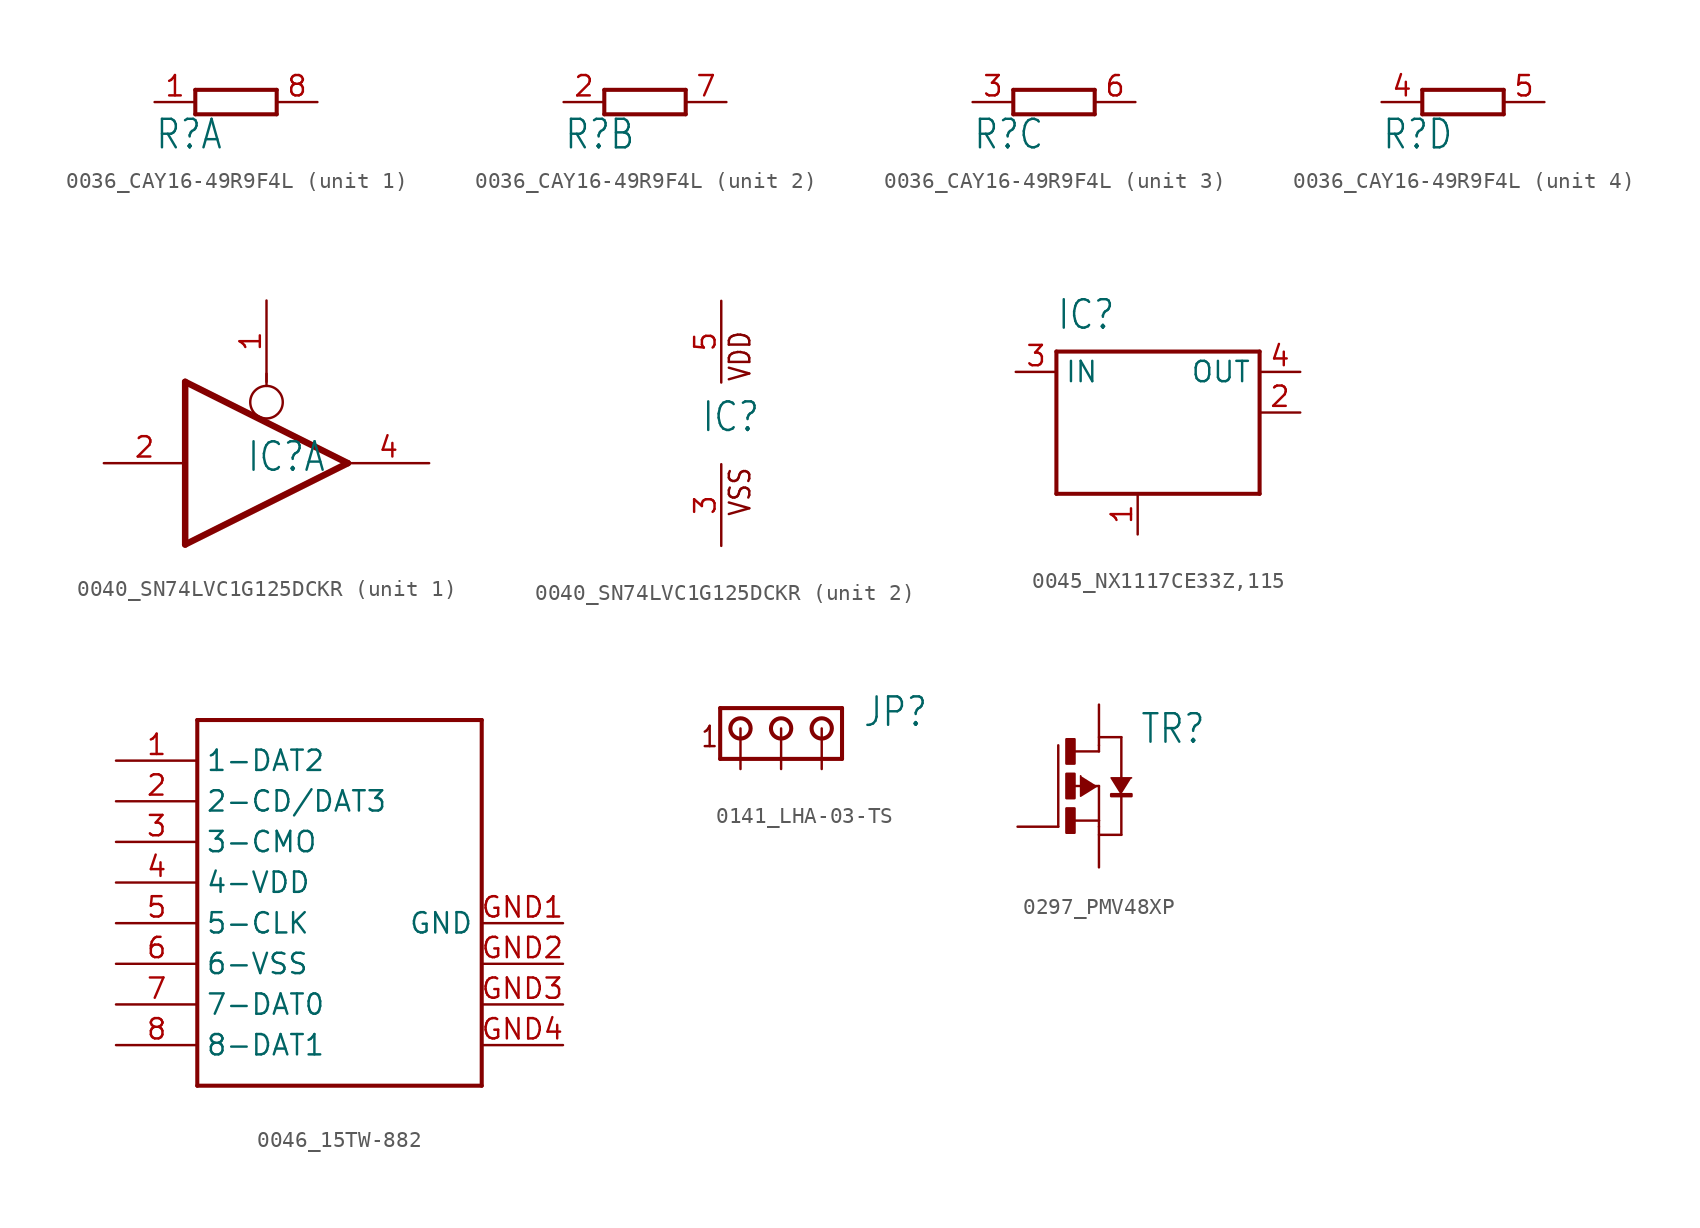
<source format=kicad_sym>
(kicad_symbol_lib
  (version 20220914)
  (generator kicad_symbol_editor)
  (symbol "0036_CAY16-49R9F4L"
    (property "Reference" "R"
      (at -5.08 -3.048 0)
      (effects (font (size 1.778 1.511)) (justify left bottom)))
    (property "Value" ""
      (at 2.54 -3.048 0)
      (effects (font (size 1.778 1.511)) (justify left bottom)))
    (property "ki_locked" ""
      (at 0 0 0)
      (effects (font (size 1.27 1.27))))
    (symbol "0036_CAY16-49R9F4L_1_0"
      (polyline (pts (xy -2.54 -0.762) (xy 2.54 -0.762)) (stroke (width 0.254) (type solid)) (fill (type none)))
      (polyline (pts (xy -2.54 0.762) (xy -2.54 -0.762)) (stroke (width 0.254) (type solid)) (fill (type none)))
      (polyline (pts (xy 2.54 -0.762) (xy 2.54 0.762)) (stroke (width 0.254) (type solid)) (fill (type none)))
      (polyline (pts (xy 2.54 0.762) (xy -2.54 0.762)) (stroke (width 0.254) (type solid)) (fill (type none)))
      (pin passive line (at -5.08 0 0) (length 2.54) (name "1" (effects (font (size 0 0)))) (number "1" (effects (font (size 1.27 1.27)))))
      (pin passive line (at 5.08 0 180) (length 2.54) (name "2" (effects (font (size 0 0)))) (number "8" (effects (font (size 1.27 1.27))))))
    (symbol "0036_CAY16-49R9F4L_2_0"
      (polyline (pts (xy -2.54 -0.762) (xy 2.54 -0.762)) (stroke (width 0.254) (type solid)) (fill (type none)))
      (polyline (pts (xy -2.54 0.762) (xy -2.54 -0.762)) (stroke (width 0.254) (type solid)) (fill (type none)))
      (polyline (pts (xy 2.54 -0.762) (xy 2.54 0.762)) (stroke (width 0.254) (type solid)) (fill (type none)))
      (polyline (pts (xy 2.54 0.762) (xy -2.54 0.762)) (stroke (width 0.254) (type solid)) (fill (type none)))
      (pin passive line (at -5.08 0 0) (length 2.54) (name "1" (effects (font (size 0 0)))) (number "2" (effects (font (size 1.27 1.27)))))
      (pin passive line (at 5.08 0 180) (length 2.54) (name "2" (effects (font (size 0 0)))) (number "7" (effects (font (size 1.27 1.27))))))
    (symbol "0036_CAY16-49R9F4L_3_0"
      (polyline (pts (xy -2.54 -0.762) (xy 2.54 -0.762)) (stroke (width 0.254) (type solid)) (fill (type none)))
      (polyline (pts (xy -2.54 0.762) (xy -2.54 -0.762)) (stroke (width 0.254) (type solid)) (fill (type none)))
      (polyline (pts (xy 2.54 -0.762) (xy 2.54 0.762)) (stroke (width 0.254) (type solid)) (fill (type none)))
      (polyline (pts (xy 2.54 0.762) (xy -2.54 0.762)) (stroke (width 0.254) (type solid)) (fill (type none)))
      (pin passive line (at -5.08 0 0) (length 2.54) (name "1" (effects (font (size 0 0)))) (number "3" (effects (font (size 1.27 1.27)))))
      (pin passive line (at 5.08 0 180) (length 2.54) (name "2" (effects (font (size 0 0)))) (number "6" (effects (font (size 1.27 1.27))))))
    (symbol "0036_CAY16-49R9F4L_4_0"
      (polyline (pts (xy -2.54 -0.762) (xy 2.54 -0.762)) (stroke (width 0.254) (type solid)) (fill (type none)))
      (polyline (pts (xy -2.54 0.762) (xy -2.54 -0.762)) (stroke (width 0.254) (type solid)) (fill (type none)))
      (polyline (pts (xy 2.54 -0.762) (xy 2.54 0.762)) (stroke (width 0.254) (type solid)) (fill (type none)))
      (polyline (pts (xy 2.54 0.762) (xy -2.54 0.762)) (stroke (width 0.254) (type solid)) (fill (type none)))
      (pin passive line (at -5.08 0 0) (length 2.54) (name "1" (effects (font (size 0 0)))) (number "4" (effects (font (size 1.27 1.27)))))
      (pin passive line (at 5.08 0 180) (length 2.54) (name "2" (effects (font (size 0 0)))) (number "5" (effects (font (size 1.27 1.27)))))))
  (symbol "0040_SN74LVC1G125DCKR"
    (property "Reference" "IC"
      (at -1.27 -0.635 0)
      (effects (font (size 1.778 1.511)) (justify left bottom)))
    (property "ki_locked" ""
      (at 0 0 0)
      (effects (font (size 1.27 1.27))))
    (symbol "0040_SN74LVC1G125DCKR_1_0"
      (polyline (pts (xy -5.08 -5.08) (xy -5.08 5.08)) (stroke (width 0.406) (type solid)) (fill (type none)))
      (polyline (pts (xy 0 4.826) (xy 0 5.588)) (stroke (width 0.152) (type solid)) (fill (type none)))
      (polyline (pts (xy 5.08 0) (xy -5.08 -5.08)) (stroke (width 0.406) (type solid)) (fill (type none)))
      (polyline (pts (xy 5.08 0) (xy -5.08 5.08)) (stroke (width 0.406) (type solid)) (fill (type none)))
      (circle (center 0 3.81) (radius 1.016) (stroke (width 0.152) (type solid)) (fill (type none)))
      (pin input line (at 0 10.16 270) (length 5.08) (name "OE" (effects (font (size 0 0)))) (number "1" (effects (font (size 1.27 1.27)))))
      (pin input line (at -10.16 0 0) (length 5.08) (name "I" (effects (font (size 0 0)))) (number "2" (effects (font (size 1.27 1.27)))))
      (pin tri_state line (at 10.16 0 180) (length 5.08) (name "O" (effects (font (size 0 0)))) (number "4" (effects (font (size 1.27 1.27))))))
    (symbol "0040_SN74LVC1G125DCKR_2_0"
      (text "VDD" (at 1.905 2.54 900) (effects (font (size 1.27 1.079)) (justify left bottom)))
      (text "VSS" (at 1.905 -5.842 900) (effects (font (size 1.27 1.079)) (justify left bottom)))
      (pin power_in line (at 0 -7.62 90) (length 5.08) (name "VSS" (effects (font (size 0 0)))) (number "3" (effects (font (size 1.27 1.27)))))
      (pin power_in line (at 0 7.62 270) (length 5.08) (name "VDD" (effects (font (size 0 0)))) (number "5" (effects (font (size 1.27 1.27)))))))
  (symbol "0045_NX1117CE33Z,115"
    (property "Reference" "IC"
      (at -5.08 7.62 0)
      (effects (font (size 1.778 1.511)) (justify left bottom)))
    (property "Value" ""
      (at 3.81 -5.08 0)
      (effects (font (size 1.778 1.511)) (justify left bottom)))
    (property "ki_locked" ""
      (at 0 0 0)
      (effects (font (size 1.27 1.27))))
    (symbol "0045_NX1117CE33Z,115_1_0"
      (polyline (pts (xy -5.08 -2.54) (xy -5.08 6.35)) (stroke (width 0.254) (type solid)) (fill (type none)))
      (polyline (pts (xy -5.08 6.35) (xy 7.62 6.35)) (stroke (width 0.254) (type solid)) (fill (type none)))
      (polyline (pts (xy 7.62 -2.54) (xy -5.08 -2.54)) (stroke (width 0.254) (type solid)) (fill (type none)))
      (polyline (pts (xy 7.62 6.35) (xy 7.62 -2.54)) (stroke (width 0.254) (type solid)) (fill (type none)))
      (pin input line (at 0 -5.08 90) (length 2.54) (name "GND/ADJ" (effects (font (size 0 0)))) (number "1" (effects (font (size 1.27 1.27)))))
      (pin passive line (at 10.16 2.54 180) (length 2.54) (name "OUT@1" (effects (font (size 0 0)))) (number "2" (effects (font (size 1.27 1.27)))))
      (pin input line (at -7.62 5.08 0) (length 2.54) (name "IN" (effects (font (size 1.27 1.27)))) (number "3" (effects (font (size 1.27 1.27)))))
      (pin passive line (at 10.16 5.08 180) (length 2.54) (name "OUT" (effects (font (size 1.27 1.27)))) (number "4" (effects (font (size 1.27 1.27)))))))
  (symbol "0046_15TW-882"
    (property "Reference" "SD"
      (at 0 0 0)
      (effects (font (size 1.27 1.27)) hide))
    (property "ki_locked" ""
      (at 0 0 0)
      (effects (font (size 1.27 1.27))))
    (symbol "0046_15TW-882_1_0"
      (polyline (pts (xy -7.62 -10.16) (xy 10.16 -10.16)) (stroke (width 0.254) (type solid)) (fill (type none)))
      (polyline (pts (xy -7.62 12.7) (xy -7.62 -10.16)) (stroke (width 0.254) (type solid)) (fill (type none)))
      (polyline (pts (xy 10.16 -10.16) (xy 10.16 12.7)) (stroke (width 0.254) (type solid)) (fill (type none)))
      (polyline (pts (xy 10.16 12.7) (xy -7.62 12.7)) (stroke (width 0.254) (type solid)) (fill (type none)))
      (pin bidirectional line (at -12.7 10.16 0) (length 5.08) (name "1-DAT2" (effects (font (size 1.27 1.27)))) (number "1" (effects (font (size 1.27 1.27)))))
      (pin bidirectional line (at -12.7 7.62 0) (length 5.08) (name "2-CD/DAT3" (effects (font (size 1.27 1.27)))) (number "2" (effects (font (size 1.27 1.27)))))
      (pin bidirectional line (at -12.7 5.08 0) (length 5.08) (name "3-CMO" (effects (font (size 1.27 1.27)))) (number "3" (effects (font (size 1.27 1.27)))))
      (pin bidirectional line (at -12.7 2.54 0) (length 5.08) (name "4-VDD" (effects (font (size 1.27 1.27)))) (number "4" (effects (font (size 1.27 1.27)))))
      (pin bidirectional line (at -12.7 0 0) (length 5.08) (name "5-CLK" (effects (font (size 1.27 1.27)))) (number "5" (effects (font (size 1.27 1.27)))))
      (pin bidirectional line (at -12.7 -2.54 0) (length 5.08) (name "6-VSS" (effects (font (size 1.27 1.27)))) (number "6" (effects (font (size 1.27 1.27)))))
      (pin bidirectional line (at -12.7 -5.08 0) (length 5.08) (name "7-DAT0" (effects (font (size 1.27 1.27)))) (number "7" (effects (font (size 1.27 1.27)))))
      (pin bidirectional line (at -12.7 -7.62 0) (length 5.08) (name "8-DAT1" (effects (font (size 1.27 1.27)))) (number "8" (effects (font (size 1.27 1.27)))))
      (pin power_in line (at 15.24 0 180) (length 5.08) (name "GND" (effects (font (size 1.27 1.27)))) (number "GND1" (effects (font (size 1.27 1.27)))))
      (pin power_in line (at 15.24 -2.54 180) (length 5.08) (name "GND1" (effects (font (size 0 0)))) (number "GND2" (effects (font (size 1.27 1.27)))))
      (pin power_in line (at 15.24 -5.08 180) (length 5.08) (name "GND2" (effects (font (size 0 0)))) (number "GND3" (effects (font (size 1.27 1.27)))))
      (pin power_in line (at 15.24 -7.62 180) (length 5.08) (name "GND3" (effects (font (size 0 0)))) (number "GND4" (effects (font (size 1.27 1.27)))))))
  (symbol "0141_LHA-03-TS"
    (property "Reference" "JP"
      (at 5.08 0 0)
      (effects (font (size 1.778 1.511)) (justify left bottom)))
    (property "Value" ""
      (at 5.08 -3.81 0)
      (effects (font (size 1.778 1.511)) (justify left bottom)))
    (property "ki_locked" ""
      (at 0 0 0)
      (effects (font (size 1.27 1.27))))
    (symbol "0141_LHA-03-TS_1_0"
      (circle (center -2.54 0) (radius 0.635) (stroke (width 0.254) (type solid)) (fill (type none)))
      (polyline (pts (xy -3.81 1.27) (xy -3.81 -1.905)) (stroke (width 0.254) (type solid)) (fill (type none)))
      (polyline (pts (xy -3.81 1.27) (xy 3.81 1.27)) (stroke (width 0.254) (type solid)) (fill (type none)))
      (polyline (pts (xy 3.81 -1.905) (xy -3.81 -1.905)) (stroke (width 0.254) (type solid)) (fill (type none)))
      (polyline (pts (xy 3.81 -1.905) (xy 3.81 1.27)) (stroke (width 0.254) (type solid)) (fill (type none)))
      (circle (center 0 0) (radius 0.635) (stroke (width 0.254) (type solid)) (fill (type none)))
      (circle (center 2.54 0) (radius 0.635) (stroke (width 0.254) (type solid)) (fill (type none)))
      (text "1" (at -5.08 -1.27 0) (effects (font (size 1.27 1.079)) (justify left bottom)))
      (pin passive line (at -2.54 -2.54 90) (length 2.54) (name "1" (effects (font (size 0 0)))) (number "1" (effects (font (size 0 0)))))
      (pin passive line (at 0 -2.54 90) (length 2.54) (name "2" (effects (font (size 0 0)))) (number "2" (effects (font (size 0 0)))))
      (pin passive line (at 2.54 -2.54 90) (length 2.54) (name "3" (effects (font (size 0 0)))) (number "3" (effects (font (size 0 0)))))))
  (symbol "0297_PMV48XP"
    (property "Reference" "TR"
      (at 2.54 2.54 0)
      (effects (font (size 1.778 1.511)) (justify left bottom)))
    (property "Value" ""
      (at 2.54 0 0)
      (effects (font (size 1.778 1.511)) (justify left bottom)))
    (property "ki_locked" ""
      (at 0 0 0)
      (effects (font (size 1.27 1.27))))
    (symbol "0297_PMV48XP_1_0"
      (rectangle (start -2.032 -2.921) (end -1.524 -1.397) (stroke (width 0) (type default)) (fill (type outline)))
      (rectangle (start -2.032 -0.762) (end -1.524 0.762) (stroke (width 0) (type default)) (fill (type outline)))
      (rectangle (start -2.032 1.397) (end -1.524 2.921) (stroke (width 0) (type default)) (fill (type outline)))
      (polyline (pts (xy -2.54 -2.54) (xy -2.54 2.54)) (stroke (width 0.152) (type solid)) (fill (type none)))
      (polyline (pts (xy -1.651 0) (xy 0 0)) (stroke (width 0.152) (type solid)) (fill (type none)))
      (polyline (pts (xy -1.524 -2.159) (xy 0 -2.159)) (stroke (width 0.152) (type solid)) (fill (type none)))
      (polyline (pts (xy -1.524 2.159) (xy 0 2.159)) (stroke (width 0.152) (type solid)) (fill (type none)))
      (polyline (pts (xy 0 -2.159) (xy 0 -2.54)) (stroke (width 0.152) (type solid)) (fill (type none)))
      (polyline (pts (xy 0 0) (xy 0 -2.159)) (stroke (width 0.152) (type solid)) (fill (type none)))
      (polyline (pts (xy 0 2.159) (xy 0 2.54)) (stroke (width 0.152) (type solid)) (fill (type none)))
      (polyline (pts (xy 0 3.048) (xy 1.397 3.048)) (stroke (width 0.152) (type solid)) (fill (type none)))
      (polyline (pts (xy 1.397 -3.048) (xy 0 -3.048)) (stroke (width 0.152) (type solid)) (fill (type none)))
      (polyline (pts (xy 1.397 -0.508) (xy 1.397 -3.048)) (stroke (width 0.152) (type solid)) (fill (type none)))
      (polyline (pts (xy 1.397 3.048) (xy 1.397 0.381)) (stroke (width 0.152) (type solid)) (fill (type none)))
      (polyline (pts (xy -0.127 0) (xy -1.143 -0.635) (xy -1.143 0.635)) (stroke (width 0.102) (type solid)) (fill (type outline)))
      (polyline (pts (xy 1.397 -0.508) (xy 0.762 0.508) (xy 2.032 0.508)) (stroke (width 0.102) (type solid)) (fill (type outline)))
      (rectangle (start 0.762 -0.635) (end 2.032 -0.508) (stroke (width 0) (type default)) (fill (type outline)))
      (pin passive line (at 0 5.08 270) (length 2.54) (name "D" (effects (font (size 0 0)))) (number "1" (effects (font (size 0 0)))))
      (pin passive line (at 0 -5.08 90) (length 2.54) (name "S" (effects (font (size 0 0)))) (number "2" (effects (font (size 0 0)))))
      (pin passive line (at -5.08 -2.54 0) (length 2.54) (name "G" (effects (font (size 0 0)))) (number "3" (effects (font (size 0 0))))))))
</source>
